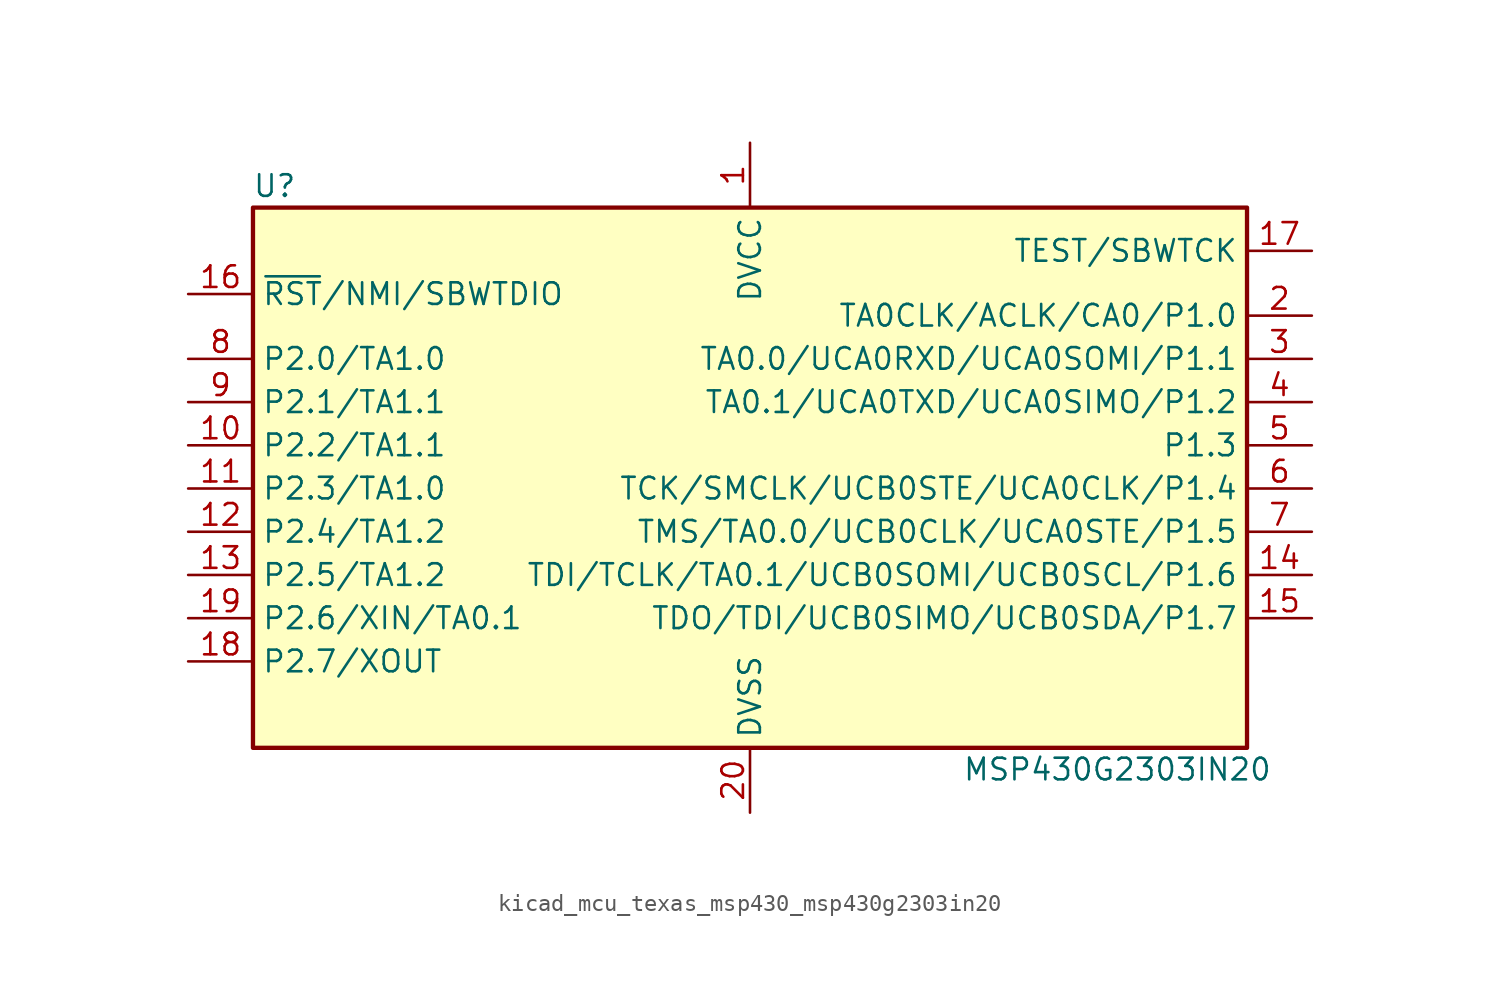
<source format=kicad_sym>
(kicad_symbol_lib
  (version 20220914)
  (generator kicad_symbol_editor)
  (symbol "kicad_mcu_texas_msp430_msp430g2303in20"
    (property "Reference" "U"
      (at -27.94 17.78 0)
      (effects (font (size 1.27 1.27))))
    (property "Value" "MSP430G2303IN20"
      (at 21.59 -16.51 0)
      (effects (font (size 1.27 1.27))))
    (symbol "kicad_mcu_texas_msp430_msp430g2303in20_0_1"
      (rectangle (start -29.21 16.51) (end 29.21 -15.24) (stroke (width 0.254) (type default)) (fill (type background))))
    (symbol "kicad_mcu_texas_msp430_msp430g2303in20_1_1"
      (pin power_in line (at 0 20.32 270) (length 3.81) (name "DVCC" (effects (font (size 1.27 1.27)))) (number "1" (effects (font (size 1.27 1.27)))))
      (pin bidirectional line (at -33.02 2.54 0) (length 3.81) (name "P2.2/TA1.1" (effects (font (size 1.27 1.27)))) (number "10" (effects (font (size 1.27 1.27)))))
      (pin bidirectional line (at -33.02 0 0) (length 3.81) (name "P2.3/TA1.0" (effects (font (size 1.27 1.27)))) (number "11" (effects (font (size 1.27 1.27)))))
      (pin bidirectional line (at -33.02 -2.54 0) (length 3.81) (name "P2.4/TA1.2" (effects (font (size 1.27 1.27)))) (number "12" (effects (font (size 1.27 1.27)))))
      (pin bidirectional line (at -33.02 -5.08 0) (length 3.81) (name "P2.5/TA1.2" (effects (font (size 1.27 1.27)))) (number "13" (effects (font (size 1.27 1.27)))))
      (pin bidirectional line (at 33.02 -5.08 180) (length 3.81) (name "TDI/TCLK/TA0.1/UCB0SOMI/UCB0SCL/P1.6" (effects (font (size 1.27 1.27)))) (number "14" (effects (font (size 1.27 1.27)))))
      (pin bidirectional line (at 33.02 -7.62 180) (length 3.81) (name "TDO/TDI/UCB0SIMO/UCB0SDA/P1.7" (effects (font (size 1.27 1.27)))) (number "15" (effects (font (size 1.27 1.27)))))
      (pin input line (at -33.02 11.43 0) (length 3.81) (name "~{RST}/NMI/SBWTDIO" (effects (font (size 1.27 1.27)))) (number "16" (effects (font (size 1.27 1.27)))))
      (pin input line (at 33.02 13.97 180) (length 3.81) (name "TEST/SBWTCK" (effects (font (size 1.27 1.27)))) (number "17" (effects (font (size 1.27 1.27)))))
      (pin bidirectional line (at -33.02 -10.16 0) (length 3.81) (name "P2.7/XOUT" (effects (font (size 1.27 1.27)))) (number "18" (effects (font (size 1.27 1.27)))))
      (pin bidirectional line (at -33.02 -7.62 0) (length 3.81) (name "P2.6/XIN/TA0.1" (effects (font (size 1.27 1.27)))) (number "19" (effects (font (size 1.27 1.27)))))
      (pin bidirectional line (at 33.02 10.16 180) (length 3.81) (name "TA0CLK/ACLK/CA0/P1.0" (effects (font (size 1.27 1.27)))) (number "2" (effects (font (size 1.27 1.27)))))
      (pin power_in line (at 0 -19.05 90) (length 3.81) (name "DVSS" (effects (font (size 1.27 1.27)))) (number "20" (effects (font (size 1.27 1.27)))))
      (pin bidirectional line (at 33.02 7.62 180) (length 3.81) (name "TA0.0/UCA0RXD/UCA0SOMI/P1.1" (effects (font (size 1.27 1.27)))) (number "3" (effects (font (size 1.27 1.27)))))
      (pin bidirectional line (at 33.02 5.08 180) (length 3.81) (name "TA0.1/UCA0TXD/UCA0SIMO/P1.2" (effects (font (size 1.27 1.27)))) (number "4" (effects (font (size 1.27 1.27)))))
      (pin bidirectional line (at 33.02 2.54 180) (length 3.81) (name "P1.3" (effects (font (size 1.27 1.27)))) (number "5" (effects (font (size 1.27 1.27)))))
      (pin bidirectional line (at 33.02 0 180) (length 3.81) (name "TCK/SMCLK/UCB0STE/UCA0CLK/P1.4" (effects (font (size 1.27 1.27)))) (number "6" (effects (font (size 1.27 1.27)))))
      (pin bidirectional line (at 33.02 -2.54 180) (length 3.81) (name "TMS/TA0.0/UCB0CLK/UCA0STE/P1.5" (effects (font (size 1.27 1.27)))) (number "7" (effects (font (size 1.27 1.27)))))
      (pin bidirectional line (at -33.02 7.62 0) (length 3.81) (name "P2.0/TA1.0" (effects (font (size 1.27 1.27)))) (number "8" (effects (font (size 1.27 1.27)))))
      (pin bidirectional line (at -33.02 5.08 0) (length 3.81) (name "P2.1/TA1.1" (effects (font (size 1.27 1.27)))) (number "9" (effects (font (size 1.27 1.27))))))))
</source>
